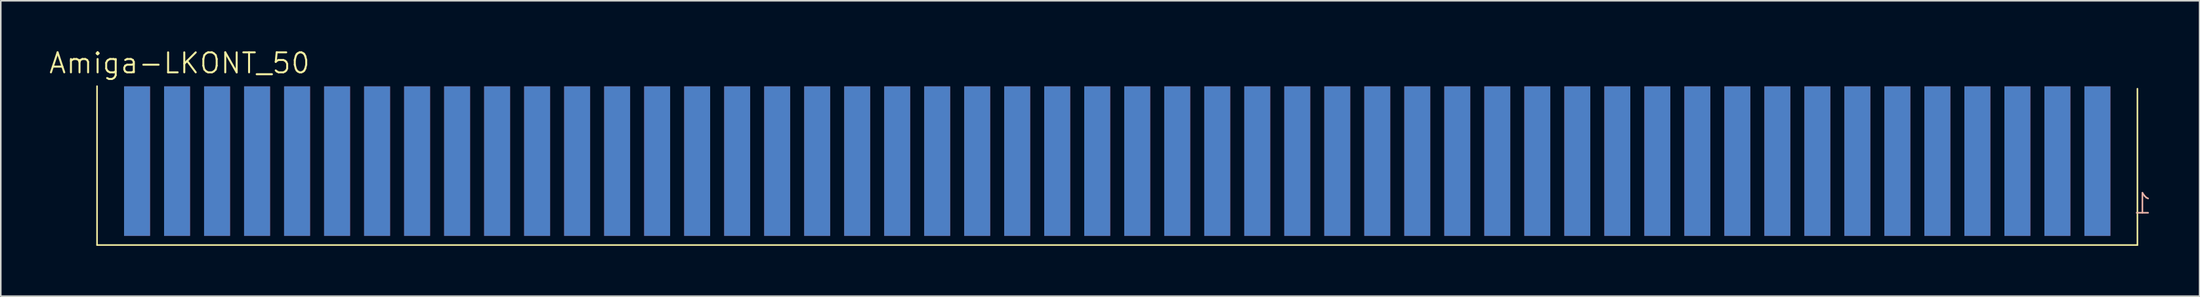
<source format=kicad_pcb>
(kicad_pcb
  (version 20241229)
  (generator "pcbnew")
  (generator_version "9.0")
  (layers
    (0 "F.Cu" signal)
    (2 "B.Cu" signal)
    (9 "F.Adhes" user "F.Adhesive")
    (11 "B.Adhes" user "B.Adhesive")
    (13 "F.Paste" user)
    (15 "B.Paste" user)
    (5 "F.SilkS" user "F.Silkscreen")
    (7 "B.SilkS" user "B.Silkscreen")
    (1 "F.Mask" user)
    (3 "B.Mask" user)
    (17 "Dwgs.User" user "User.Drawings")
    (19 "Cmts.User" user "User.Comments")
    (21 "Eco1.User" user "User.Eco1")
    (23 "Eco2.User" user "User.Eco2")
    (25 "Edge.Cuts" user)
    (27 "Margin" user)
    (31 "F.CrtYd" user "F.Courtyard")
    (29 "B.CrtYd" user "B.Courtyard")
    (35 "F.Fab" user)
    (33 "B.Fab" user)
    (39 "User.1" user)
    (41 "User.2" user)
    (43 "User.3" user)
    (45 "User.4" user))
  (footprint "Amiga-LKONT_50"
    (layer "F.Cu")
    (at 3.111 12.523)
    (property "Reference" "Amiga-LKONT_50" (at 5.237 -11.557 0) (layer "F.SilkS") (effects (font (size 1.27 1.27) (thickness 0.127))))
    (attr smd)
    (fp_line (start 0 0) (end 0 -10.097) (stroke (width 0.1) (type solid)) (layer "F.SilkS"))
    (fp_line (start 129.54 -9.936) (end 129.54 0) (stroke (width 0.1) (type solid)) (layer "F.SilkS"))
    (fp_line (start 129.54 0) (end 0 0) (stroke (width 0.1) (type solid)) (layer "F.SilkS"))
    (fp_text user "1" (at 129.857 -2.634 0) (layer "B.SilkS") (effects (font (size 1.27 1.27) (thickness 0.102)) (justify mirror)))
    (pad "1" smd rect (at 127 -5.334 180) (size 1.648 9.5) (layers "B.Cu" "B.Mask"))
    (pad "2" smd rect (at 127 -5.334 180) (size 1.648 9.5) (layers "F.Cu" "F.Mask" "F.Paste"))
    (pad "3" smd rect (at 124.46 -5.334 180) (size 1.648 9.5) (layers "B.Cu" "B.Mask"))
    (pad "4" smd rect (at 124.46 -5.334 180) (size 1.648 9.5) (layers "F.Cu" "F.Mask" "F.Paste"))
    (pad "5" smd rect (at 121.92 -5.334 180) (size 1.648 9.5) (layers "B.Cu" "B.Mask"))
    (pad "6" smd rect (at 121.92 -5.334 180) (size 1.648 9.5) (layers "F.Cu" "F.Mask" "F.Paste"))
    (pad "7" smd rect (at 119.38 -5.334 180) (size 1.648 9.5) (layers "B.Cu" "B.Mask"))
    (pad "8" smd rect (at 119.38 -5.334 180) (size 1.648 9.5) (layers "F.Cu" "F.Mask" "F.Paste"))
    (pad "9" smd rect (at 116.84 -5.334 180) (size 1.648 9.5) (layers "B.Cu" "B.Mask"))
    (pad "10" smd rect (at 116.84 -5.334 180) (size 1.648 9.5) (layers "F.Cu" "F.Mask" "F.Paste"))
    (pad "11" smd rect (at 114.3 -5.334 180) (size 1.648 9.5) (layers "B.Cu" "B.Mask"))
    (pad "12" smd rect (at 114.3 -5.334 180) (size 1.648 9.5) (layers "F.Cu" "F.Mask" "F.Paste"))
    (pad "13" smd rect (at 111.76 -5.334 180) (size 1.648 9.5) (layers "B.Cu" "B.Mask"))
    (pad "14" smd rect (at 111.76 -5.334 180) (size 1.648 9.5) (layers "F.Cu" "F.Mask" "F.Paste"))
    (pad "15" smd rect (at 109.22 -5.334 180) (size 1.648 9.5) (layers "B.Cu" "B.Mask"))
    (pad "16" smd rect (at 109.22 -5.334 180) (size 1.648 9.5) (layers "F.Cu" "F.Mask" "F.Paste"))
    (pad "17" smd rect (at 106.68 -5.334 180) (size 1.648 9.5) (layers "B.Cu" "B.Mask"))
    (pad "18" smd rect (at 106.68 -5.334 180) (size 1.648 9.5) (layers "F.Cu" "F.Mask" "F.Paste"))
    (pad "19" smd rect (at 104.14 -5.334 180) (size 1.648 9.5) (layers "B.Cu" "B.Mask"))
    (pad "20" smd rect (at 104.14 -5.334 180) (size 1.648 9.5) (layers "F.Cu" "F.Mask" "F.Paste"))
    (pad "21" smd rect (at 101.6 -5.334 180) (size 1.648 9.5) (layers "B.Cu" "B.Mask"))
    (pad "22" smd rect (at 101.6 -5.334 180) (size 1.648 9.5) (layers "F.Cu" "F.Mask" "F.Paste"))
    (pad "23" smd rect (at 99.06 -5.334 180) (size 1.648 9.5) (layers "B.Cu" "B.Mask"))
    (pad "24" smd rect (at 99.06 -5.334 180) (size 1.648 9.5) (layers "F.Cu" "F.Mask" "F.Paste"))
    (pad "25" smd rect (at 96.52 -5.334 180) (size 1.648 9.5) (layers "B.Cu" "B.Mask"))
    (pad "26" smd rect (at 96.52 -5.334 180) (size 1.648 9.5) (layers "F.Cu" "F.Mask" "F.Paste"))
    (pad "27" smd rect (at 93.98 -5.334 180) (size 1.648 9.5) (layers "B.Cu" "B.Mask"))
    (pad "28" smd rect (at 93.98 -5.334 180) (size 1.648 9.5) (layers "F.Cu" "F.Mask" "F.Paste"))
    (pad "29" smd rect (at 91.44 -5.334 180) (size 1.648 9.5) (layers "B.Cu" "B.Mask"))
    (pad "30" smd rect (at 91.44 -5.334 180) (size 1.648 9.5) (layers "F.Cu" "F.Mask" "F.Paste"))
    (pad "31" smd rect (at 88.9 -5.334 180) (size 1.648 9.5) (layers "B.Cu" "B.Mask"))
    (pad "32" smd rect (at 88.9 -5.334 180) (size 1.648 9.5) (layers "F.Cu" "F.Mask" "F.Paste"))
    (pad "33" smd rect (at 86.36 -5.334 180) (size 1.648 9.5) (layers "B.Cu" "B.Mask"))
    (pad "34" smd rect (at 86.36 -5.334 180) (size 1.648 9.5) (layers "F.Cu" "F.Mask" "F.Paste"))
    (pad "35" smd rect (at 83.82 -5.334 180) (size 1.648 9.5) (layers "B.Cu" "B.Mask"))
    (pad "36" smd rect (at 83.82 -5.334 180) (size 1.648 9.5) (layers "F.Cu" "F.Mask" "F.Paste"))
    (pad "37" smd rect (at 81.28 -5.334 180) (size 1.648 9.5) (layers "B.Cu" "B.Mask"))
    (pad "38" smd rect (at 81.28 -5.334 180) (size 1.648 9.5) (layers "F.Cu" "F.Mask" "F.Paste"))
    (pad "39" smd rect (at 78.74 -5.334 180) (size 1.648 9.5) (layers "B.Cu" "B.Mask"))
    (pad "40" smd rect (at 78.74 -5.334 180) (size 1.648 9.5) (layers "F.Cu" "F.Mask" "F.Paste"))
    (pad "41" smd rect (at 76.2 -5.334 180) (size 1.648 9.5) (layers "B.Cu" "B.Mask"))
    (pad "42" smd rect (at 76.2 -5.334 180) (size 1.648 9.5) (layers "F.Cu" "F.Mask" "F.Paste"))
    (pad "43" smd rect (at 73.66 -5.334 180) (size 1.648 9.5) (layers "B.Cu" "B.Mask"))
    (pad "44" smd rect (at 73.66 -5.334 180) (size 1.648 9.5) (layers "F.Cu" "F.Mask" "F.Paste"))
    (pad "45" smd rect (at 71.12 -5.334 180) (size 1.648 9.5) (layers "B.Cu" "B.Mask"))
    (pad "46" smd rect (at 71.12 -5.334 180) (size 1.648 9.5) (layers "F.Cu" "F.Mask" "F.Paste"))
    (pad "47" smd rect (at 68.58 -5.334 180) (size 1.648 9.5) (layers "B.Cu" "B.Mask"))
    (pad "48" smd rect (at 68.58 -5.334 180) (size 1.648 9.5) (layers "F.Cu" "F.Mask" "F.Paste"))
    (pad "49" smd rect (at 66.04 -5.334 180) (size 1.648 9.5) (layers "B.Cu" "B.Mask"))
    (pad "50" smd rect (at 66.04 -5.334 180) (size 1.648 9.5) (layers "F.Cu" "F.Mask" "F.Paste"))
    (pad "51" smd rect (at 63.5 -5.334 180) (size 1.648 9.5) (layers "B.Cu" "B.Mask"))
    (pad "52" smd rect (at 63.5 -5.334 180) (size 1.648 9.5) (layers "F.Cu" "F.Mask" "F.Paste"))
    (pad "53" smd rect (at 60.96 -5.334 180) (size 1.648 9.5) (layers "B.Cu" "B.Mask"))
    (pad "54" smd rect (at 60.96 -5.334 180) (size 1.648 9.5) (layers "F.Cu" "F.Mask" "F.Paste"))
    (pad "55" smd rect (at 58.42 -5.334 180) (size 1.648 9.5) (layers "B.Cu" "B.Mask"))
    (pad "56" smd rect (at 58.42 -5.334 180) (size 1.648 9.5) (layers "F.Cu" "F.Mask" "F.Paste"))
    (pad "57" smd rect (at 55.88 -5.334 180) (size 1.648 9.5) (layers "B.Cu" "B.Mask"))
    (pad "58" smd rect (at 55.88 -5.334 180) (size 1.648 9.5) (layers "F.Cu" "F.Mask" "F.Paste"))
    (pad "59" smd rect (at 53.34 -5.334 180) (size 1.648 9.5) (layers "B.Cu" "B.Mask"))
    (pad "60" smd rect (at 53.34 -5.334 180) (size 1.648 9.5) (layers "F.Cu" "F.Mask" "F.Paste"))
    (pad "61" smd rect (at 50.8 -5.334 180) (size 1.648 9.5) (layers "B.Cu" "B.Mask"))
    (pad "62" smd rect (at 50.8 -5.334 180) (size 1.648 9.5) (layers "F.Cu" "F.Mask" "F.Paste"))
    (pad "63" smd rect (at 48.26 -5.334 180) (size 1.648 9.5) (layers "B.Cu" "B.Mask"))
    (pad "64" smd rect (at 48.26 -5.334 180) (size 1.648 9.5) (layers "F.Cu" "F.Mask" "F.Paste"))
    (pad "65" smd rect (at 45.72 -5.334 180) (size 1.648 9.5) (layers "B.Cu" "B.Mask"))
    (pad "66" smd rect (at 45.72 -5.334 180) (size 1.648 9.5) (layers "F.Cu" "F.Mask" "F.Paste"))
    (pad "67" smd rect (at 43.18 -5.334 180) (size 1.648 9.5) (layers "B.Cu" "B.Mask"))
    (pad "68" smd rect (at 43.18 -5.334 180) (size 1.648 9.5) (layers "F.Cu" "F.Mask" "F.Paste"))
    (pad "69" smd rect (at 40.64 -5.334 180) (size 1.648 9.5) (layers "B.Cu" "B.Mask"))
    (pad "70" smd rect (at 40.64 -5.334 180) (size 1.648 9.5) (layers "F.Cu" "F.Mask" "F.Paste"))
    (pad "71" smd rect (at 38.1 -5.334 180) (size 1.648 9.5) (layers "B.Cu" "B.Mask"))
    (pad "72" smd rect (at 38.1 -5.334 180) (size 1.648 9.5) (layers "F.Cu" "F.Mask" "F.Paste"))
    (pad "73" smd rect (at 35.56 -5.334 180) (size 1.648 9.5) (layers "B.Cu" "B.Mask"))
    (pad "74" smd rect (at 35.56 -5.334 180) (size 1.648 9.5) (layers "F.Cu" "F.Mask" "F.Paste"))
    (pad "75" smd rect (at 33.02 -5.334 180) (size 1.648 9.5) (layers "B.Cu" "B.Mask"))
    (pad "76" smd rect (at 33.02 -5.334 180) (size 1.648 9.5) (layers "F.Cu" "F.Mask" "F.Paste"))
    (pad "77" smd rect (at 30.48 -5.334 180) (size 1.648 9.5) (layers "B.Cu" "B.Mask"))
    (pad "78" smd rect (at 30.48 -5.334 180) (size 1.648 9.5) (layers "F.Cu" "F.Mask" "F.Paste"))
    (pad "79" smd rect (at 27.94 -5.334 180) (size 1.648 9.5) (layers "B.Cu" "B.Mask"))
    (pad "80" smd rect (at 27.94 -5.334 180) (size 1.648 9.5) (layers "F.Cu" "F.Mask" "F.Paste"))
    (pad "81" smd rect (at 25.4 -5.334 180) (size 1.648 9.5) (layers "B.Cu" "B.Mask"))
    (pad "82" smd rect (at 25.4 -5.334 180) (size 1.648 9.5) (layers "F.Cu" "F.Mask" "F.Paste"))
    (pad "83" smd rect (at 22.86 -5.334 180) (size 1.648 9.5) (layers "B.Cu" "B.Mask"))
    (pad "84" smd rect (at 22.86 -5.334 180) (size 1.648 9.5) (layers "F.Cu" "F.Mask" "F.Paste"))
    (pad "85" smd rect (at 20.32 -5.334 180) (size 1.648 9.5) (layers "B.Cu" "B.Mask"))
    (pad "86" smd rect (at 20.32 -5.334 180) (size 1.648 9.5) (layers "F.Cu" "F.Mask" "F.Paste"))
    (pad "87" smd rect (at 17.78 -5.334 180) (size 1.648 9.5) (layers "B.Cu" "B.Mask"))
    (pad "88" smd rect (at 17.78 -5.334 180) (size 1.648 9.5) (layers "F.Cu" "F.Mask" "F.Paste"))
    (pad "89" smd rect (at 15.24 -5.334 180) (size 1.648 9.5) (layers "B.Cu" "B.Mask"))
    (pad "90" smd rect (at 15.24 -5.334 180) (size 1.648 9.5) (layers "F.Cu" "F.Mask" "F.Paste"))
    (pad "91" smd rect (at 12.7 -5.334 180) (size 1.648 9.5) (layers "B.Cu" "B.Mask"))
    (pad "92" smd rect (at 12.7 -5.334 180) (size 1.648 9.5) (layers "F.Cu" "F.Mask" "F.Paste"))
    (pad "93" smd rect (at 10.16 -5.334 180) (size 1.648 9.5) (layers "B.Cu" "B.Mask"))
    (pad "94" smd rect (at 10.16 -5.334 180) (size 1.648 9.5) (layers "F.Cu" "F.Mask" "F.Paste"))
    (pad "95" smd rect (at 7.62 -5.334 180) (size 1.648 9.5) (layers "B.Cu" "B.Mask"))
    (pad "96" smd rect (at 7.62 -5.334 180) (size 1.648 9.5) (layers "F.Cu" "F.Mask" "F.Paste"))
    (pad "97" smd rect (at 5.08 -5.334 180) (size 1.648 9.5) (layers "B.Cu" "B.Mask"))
    (pad "98" smd rect (at 5.08 -5.334 180) (size 1.648 9.5) (layers "F.Cu" "F.Mask" "F.Paste"))
    (pad "99" smd rect (at 2.54 -5.334 180) (size 1.648 9.5) (layers "B.Cu" "B.Mask"))
    (pad "100" smd rect (at 2.54 -5.334 180) (size 1.648 9.5) (layers "F.Cu" "F.Mask" "F.Paste")))
  (gr_rect
    (start -3 -3)
    (end 136.599 15.773)
    (stroke (width 0.1) (type default))
    (fill no)
    (layer "Edge.Cuts")))
</source>
